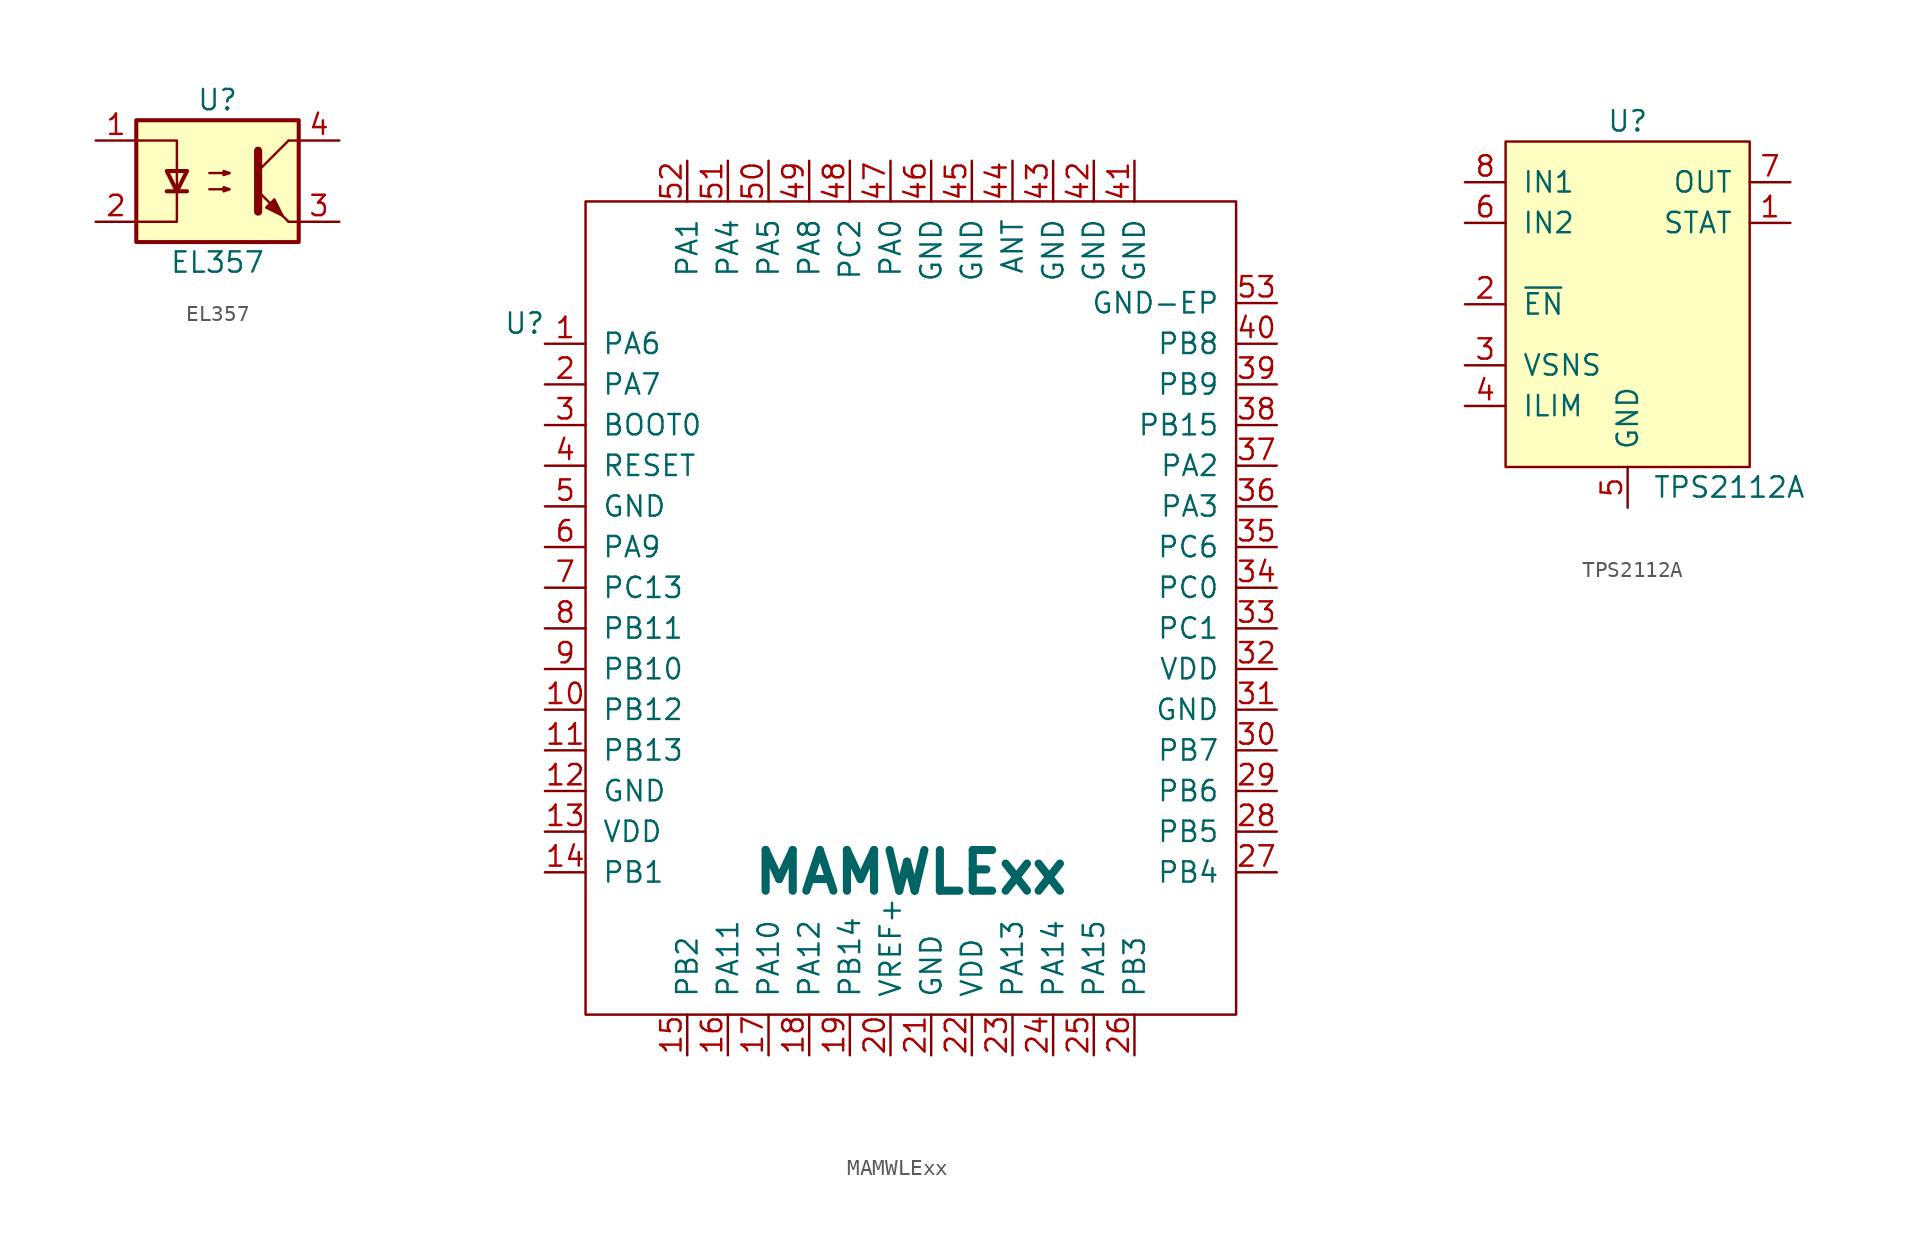
<source format=kicad_sym>
(kicad_symbol_lib
  (version 20211014)
  (generator kicad_symbol_editor)
  (symbol "EL357"
    (pin_names
      (offset 1.016))
    (property "Reference" "U"
      (at 0 5.08 0)
      (effects (font (size 1.27 1.27))))
    (property "Value" "EL357"
      (at 0 -5.08 0)
      (effects (font (size 1.27 1.27))))
    (symbol "EL357_1_1"
      (rectangle (start -5.08 3.81) (end 5.08 -3.81) (stroke (width 0.254) (type default) (color 0 0 0 0)) (fill (type background)))
      (polyline (pts (xy -3.175 -0.635) (xy -1.905 -0.635)) (stroke (width 0.254) (type default) (color 0 0 0 0)) (fill (type none)))
      (polyline (pts (xy 2.54 0.635) (xy 4.445 2.54)) (stroke (width 0) (type default) (color 0 0 0 0)) (fill (type none)))
      (polyline (pts (xy 4.445 -2.54) (xy 2.54 -0.635)) (stroke (width 0) (type default) (color 0 0 0 0)) (fill (type outline)))
      (polyline (pts (xy 4.445 -2.54) (xy 5.08 -2.54)) (stroke (width 0) (type default) (color 0 0 0 0)) (fill (type none)))
      (polyline (pts (xy 4.445 2.54) (xy 5.08 2.54)) (stroke (width 0) (type default) (color 0 0 0 0)) (fill (type none)))
      (polyline (pts (xy -5.08 2.54) (xy -2.54 2.54) (xy -2.54 -0.635)) (stroke (width 0) (type default) (color 0 0 0 0)) (fill (type none)))
      (polyline (pts (xy -2.54 -0.635) (xy -2.54 -2.54) (xy -5.08 -2.54)) (stroke (width 0) (type default) (color 0 0 0 0)) (fill (type none)))
      (polyline (pts (xy 2.54 1.905) (xy 2.54 -1.905) (xy 2.54 -1.905)) (stroke (width 0.508) (type default) (color 0 0 0 0)) (fill (type none)))
      (polyline (pts (xy -2.54 -0.635) (xy -3.175 0.635) (xy -1.905 0.635) (xy -2.54 -0.635)) (stroke (width 0.254) (type default) (color 0 0 0 0)) (fill (type none)))
      (polyline (pts (xy -0.508 -0.508) (xy 0.762 -0.508) (xy 0.381 -0.635) (xy 0.381 -0.381) (xy 0.762 -0.508)) (stroke (width 0) (type default) (color 0 0 0 0)) (fill (type none)))
      (polyline (pts (xy -0.508 0.508) (xy 0.762 0.508) (xy 0.381 0.381) (xy 0.381 0.635) (xy 0.762 0.508)) (stroke (width 0) (type default) (color 0 0 0 0)) (fill (type none)))
      (polyline (pts (xy 3.048 -1.651) (xy 3.556 -1.143) (xy 4.064 -2.159) (xy 3.048 -1.651) (xy 3.048 -1.651)) (stroke (width 0) (type default) (color 0 0 0 0)) (fill (type outline)))
      (pin passive line (at -7.62 2.54 0) (length 2.54) (name "~" (effects (font (size 1.27 1.27)))) (number "1" (effects (font (size 1.27 1.27)))))
      (pin passive line (at -7.62 -2.54 0) (length 2.54) (name "~" (effects (font (size 1.27 1.27)))) (number "2" (effects (font (size 1.27 1.27)))))
      (pin passive line (at 7.62 -2.54 180) (length 2.54) (name "~" (effects (font (size 1.27 1.27)))) (number "3" (effects (font (size 1.27 1.27)))))
      (pin passive line (at 7.62 2.54 180) (length 2.54) (name "~" (effects (font (size 1.27 1.27)))) (number "4" (effects (font (size 1.27 1.27)))))))
  (symbol "MAMWLExx"
    (pin_names
      (offset 1.016))
    (property "Reference" "U"
      (at -1.27 1.27 0)
      (effects (font (size 1.27 1.27))))
    (property "Value" "MAMWLExx"
      (at 22.86 -33.02 0)
      (effects (font (size 2.54 2.54) bold)))
    (symbol "MAMWLExx_0_0"
      (pin passive line (at 0 0 0) (length 2.54) (name "PA6" (effects (font (size 1.27 1.27)))) (number "1" (effects (font (size 1.27 1.27)))))
      (pin passive line (at 0 -22.86 0) (length 2.54) (name "PB12" (effects (font (size 1.27 1.27)))) (number "10" (effects (font (size 1.27 1.27)))))
      (pin passive line (at 0 -25.4 0) (length 2.54) (name "PB13" (effects (font (size 1.27 1.27)))) (number "11" (effects (font (size 1.27 1.27)))))
      (pin power_in line (at 0 -27.94 0) (length 2.54) (name "GND" (effects (font (size 1.27 1.27)))) (number "12" (effects (font (size 1.27 1.27)))))
      (pin power_in line (at 0 -30.48 0) (length 2.54) (name "VDD" (effects (font (size 1.27 1.27)))) (number "13" (effects (font (size 1.27 1.27)))))
      (pin passive line (at 0 -33.02 0) (length 2.54) (name "PB1" (effects (font (size 1.27 1.27)))) (number "14" (effects (font (size 1.27 1.27)))))
      (pin passive line (at 8.89 -44.45 90) (length 2.54) (name "PB2" (effects (font (size 1.27 1.27)))) (number "15" (effects (font (size 1.27 1.27)))))
      (pin passive line (at 11.43 -44.45 90) (length 2.54) (name "PA11" (effects (font (size 1.27 1.27)))) (number "16" (effects (font (size 1.27 1.27)))))
      (pin passive line (at 13.97 -44.45 90) (length 2.54) (name "PA10" (effects (font (size 1.27 1.27)))) (number "17" (effects (font (size 1.27 1.27)))))
      (pin passive line (at 16.51 -44.45 90) (length 2.54) (name "PA12" (effects (font (size 1.27 1.27)))) (number "18" (effects (font (size 1.27 1.27)))))
      (pin passive line (at 19.05 -44.45 90) (length 2.54) (name "PB14" (effects (font (size 1.27 1.27)))) (number "19" (effects (font (size 1.27 1.27)))))
      (pin passive line (at 0 -2.54 0) (length 2.54) (name "PA7" (effects (font (size 1.27 1.27)))) (number "2" (effects (font (size 1.27 1.27)))))
      (pin passive line (at 21.59 -44.45 90) (length 2.54) (name "VREF+" (effects (font (size 1.27 1.27)))) (number "20" (effects (font (size 1.27 1.27)))))
      (pin power_in line (at 24.13 -44.45 90) (length 2.54) (name "GND" (effects (font (size 1.27 1.27)))) (number "21" (effects (font (size 1.27 1.27)))))
      (pin power_in line (at 26.67 -44.45 90) (length 2.54) (name "VDD" (effects (font (size 1.27 1.27)))) (number "22" (effects (font (size 1.27 1.27)))))
      (pin passive line (at 29.21 -44.45 90) (length 2.54) (name "PA13" (effects (font (size 1.27 1.27)))) (number "23" (effects (font (size 1.27 1.27)))))
      (pin passive line (at 31.75 -44.45 90) (length 2.54) (name "PA14" (effects (font (size 1.27 1.27)))) (number "24" (effects (font (size 1.27 1.27)))))
      (pin passive line (at 34.29 -44.45 90) (length 2.54) (name "PA15" (effects (font (size 1.27 1.27)))) (number "25" (effects (font (size 1.27 1.27)))))
      (pin passive line (at 36.83 -44.45 90) (length 2.54) (name "PB3" (effects (font (size 1.27 1.27)))) (number "26" (effects (font (size 1.27 1.27)))))
      (pin passive line (at 45.72 -33.02 180) (length 2.54) (name "PB4" (effects (font (size 1.27 1.27)))) (number "27" (effects (font (size 1.27 1.27)))))
      (pin passive line (at 45.72 -30.48 180) (length 2.54) (name "PB5" (effects (font (size 1.27 1.27)))) (number "28" (effects (font (size 1.27 1.27)))))
      (pin passive line (at 45.72 -27.94 180) (length 2.54) (name "PB6" (effects (font (size 1.27 1.27)))) (number "29" (effects (font (size 1.27 1.27)))))
      (pin passive line (at 0 -5.08 0) (length 2.54) (name "BOOT0" (effects (font (size 1.27 1.27)))) (number "3" (effects (font (size 1.27 1.27)))))
      (pin passive line (at 45.72 -25.4 180) (length 2.54) (name "PB7" (effects (font (size 1.27 1.27)))) (number "30" (effects (font (size 1.27 1.27)))))
      (pin power_in line (at 45.72 -22.86 180) (length 2.54) (name "GND" (effects (font (size 1.27 1.27)))) (number "31" (effects (font (size 1.27 1.27)))))
      (pin power_in line (at 45.72 -20.32 180) (length 2.54) (name "VDD" (effects (font (size 1.27 1.27)))) (number "32" (effects (font (size 1.27 1.27)))))
      (pin passive line (at 45.72 -17.78 180) (length 2.54) (name "PC1" (effects (font (size 1.27 1.27)))) (number "33" (effects (font (size 1.27 1.27)))))
      (pin passive line (at 45.72 -15.24 180) (length 2.54) (name "PC0" (effects (font (size 1.27 1.27)))) (number "34" (effects (font (size 1.27 1.27)))))
      (pin passive line (at 45.72 -12.7 180) (length 2.54) (name "PC6" (effects (font (size 1.27 1.27)))) (number "35" (effects (font (size 1.27 1.27)))))
      (pin passive line (at 45.72 -10.16 180) (length 2.54) (name "PA3" (effects (font (size 1.27 1.27)))) (number "36" (effects (font (size 1.27 1.27)))))
      (pin passive line (at 45.72 -7.62 180) (length 2.54) (name "PA2" (effects (font (size 1.27 1.27)))) (number "37" (effects (font (size 1.27 1.27)))))
      (pin passive line (at 45.72 -5.08 180) (length 2.54) (name "PB15" (effects (font (size 1.27 1.27)))) (number "38" (effects (font (size 1.27 1.27)))))
      (pin passive line (at 45.72 -2.54 180) (length 2.54) (name "PB9" (effects (font (size 1.27 1.27)))) (number "39" (effects (font (size 1.27 1.27)))))
      (pin passive line (at 0 -7.62 0) (length 2.54) (name "RESET" (effects (font (size 1.27 1.27)))) (number "4" (effects (font (size 1.27 1.27)))))
      (pin passive line (at 45.72 0 180) (length 2.54) (name "PB8" (effects (font (size 1.27 1.27)))) (number "40" (effects (font (size 1.27 1.27)))))
      (pin power_in line (at 36.83 11.43 270) (length 2.54) (name "GND" (effects (font (size 1.27 1.27)))) (number "41" (effects (font (size 1.27 1.27)))))
      (pin power_in line (at 34.29 11.43 270) (length 2.54) (name "GND" (effects (font (size 1.27 1.27)))) (number "42" (effects (font (size 1.27 1.27)))))
      (pin power_in line (at 31.75 11.43 270) (length 2.54) (name "GND" (effects (font (size 1.27 1.27)))) (number "43" (effects (font (size 1.27 1.27)))))
      (pin passive line (at 29.21 11.43 270) (length 2.54) (name "ANT" (effects (font (size 1.27 1.27)))) (number "44" (effects (font (size 1.27 1.27)))))
      (pin power_in line (at 26.67 11.43 270) (length 2.54) (name "GND" (effects (font (size 1.27 1.27)))) (number "45" (effects (font (size 1.27 1.27)))))
      (pin power_in line (at 24.13 11.43 270) (length 2.54) (name "GND" (effects (font (size 1.27 1.27)))) (number "46" (effects (font (size 1.27 1.27)))))
      (pin passive line (at 21.59 11.43 270) (length 2.54) (name "PA0" (effects (font (size 1.27 1.27)))) (number "47" (effects (font (size 1.27 1.27)))))
      (pin passive line (at 19.05 11.43 270) (length 2.54) (name "PC2" (effects (font (size 1.27 1.27)))) (number "48" (effects (font (size 1.27 1.27)))))
      (pin passive line (at 16.51 11.43 270) (length 2.54) (name "PA8" (effects (font (size 1.27 1.27)))) (number "49" (effects (font (size 1.27 1.27)))))
      (pin power_in line (at 0 -10.16 0) (length 2.54) (name "GND" (effects (font (size 1.27 1.27)))) (number "5" (effects (font (size 1.27 1.27)))))
      (pin passive line (at 13.97 11.43 270) (length 2.54) (name "PA5" (effects (font (size 1.27 1.27)))) (number "50" (effects (font (size 1.27 1.27)))))
      (pin passive line (at 11.43 11.43 270) (length 2.54) (name "PA4" (effects (font (size 1.27 1.27)))) (number "51" (effects (font (size 1.27 1.27)))))
      (pin passive line (at 8.89 11.43 270) (length 2.54) (name "PA1" (effects (font (size 1.27 1.27)))) (number "52" (effects (font (size 1.27 1.27)))))
      (pin power_in line (at 45.72 2.54 180) (length 2.54) (name "GND-EP" (effects (font (size 1.27 1.27)))) (number "53" (effects (font (size 1.27 1.27)))))
      (pin power_in line (at 45.72 2.54 180) (length 2.54) hide (name "GND-EP" (effects (font (size 1.27 1.27)))) (number "54" (effects (font (size 1.27 1.27)))))
      (pin power_in line (at 45.72 2.54 180) (length 2.54) hide (name "GND-EP" (effects (font (size 1.27 1.27)))) (number "55" (effects (font (size 1.27 1.27)))))
      (pin power_in line (at 45.72 2.54 180) (length 2.54) hide (name "GND-EP" (effects (font (size 1.27 1.27)))) (number "56" (effects (font (size 1.27 1.27)))))
      (pin power_in line (at 45.72 2.54 180) (length 2.54) hide (name "GND-EP" (effects (font (size 1.27 1.27)))) (number "57" (effects (font (size 1.27 1.27)))))
      (pin power_in line (at 45.72 2.54 180) (length 2.54) hide (name "GND-EP" (effects (font (size 1.27 1.27)))) (number "58" (effects (font (size 1.27 1.27)))))
      (pin power_in line (at 45.72 2.54 180) (length 2.54) hide (name "GND-EP" (effects (font (size 1.27 1.27)))) (number "59" (effects (font (size 1.27 1.27)))))
      (pin passive line (at 0 -12.7 0) (length 2.54) (name "PA9" (effects (font (size 1.27 1.27)))) (number "6" (effects (font (size 1.27 1.27)))))
      (pin power_in line (at 45.72 2.54 180) (length 2.54) hide (name "GND-EP" (effects (font (size 1.27 1.27)))) (number "60" (effects (font (size 1.27 1.27)))))
      (pin power_in line (at 45.72 2.54 180) (length 2.54) hide (name "GND-EP" (effects (font (size 1.27 1.27)))) (number "61" (effects (font (size 1.27 1.27)))))
      (pin power_in line (at 45.72 2.54 180) (length 2.54) hide (name "GND-EP" (effects (font (size 1.27 1.27)))) (number "62" (effects (font (size 1.27 1.27)))))
      (pin power_in line (at 45.72 2.54 180) (length 2.54) hide (name "GND-EP" (effects (font (size 1.27 1.27)))) (number "63" (effects (font (size 1.27 1.27)))))
      (pin power_in line (at 45.72 2.54 180) (length 2.54) hide (name "GND-EP" (effects (font (size 1.27 1.27)))) (number "64" (effects (font (size 1.27 1.27)))))
      (pin power_in line (at 45.72 2.54 180) (length 2.54) hide (name "GND-EP" (effects (font (size 1.27 1.27)))) (number "65" (effects (font (size 1.27 1.27)))))
      (pin power_in line (at 45.72 2.54 180) (length 2.54) hide (name "GND-EP" (effects (font (size 1.27 1.27)))) (number "66" (effects (font (size 1.27 1.27)))))
      (pin passive line (at 0 -15.24 0) (length 2.54) (name "PC13" (effects (font (size 1.27 1.27)))) (number "7" (effects (font (size 1.27 1.27)))))
      (pin passive line (at 0 -17.78 0) (length 2.54) (name "PB11" (effects (font (size 1.27 1.27)))) (number "8" (effects (font (size 1.27 1.27)))))
      (pin passive line (at 0 -20.32 0) (length 2.54) (name "PB10" (effects (font (size 1.27 1.27)))) (number "9" (effects (font (size 1.27 1.27))))))
    (symbol "MAMWLExx_0_1"
      (rectangle (start 2.54 8.89) (end 43.18 -41.91) (stroke (width 0) (type default) (color 0 0 0 0)) (fill (type none)))))
  (symbol "TPS2112A"
    (pin_names
      (offset 1.016))
    (property "Reference" "U"
      (at 0 11.43 0)
      (effects (font (size 1.27 1.27))))
    (property "Value" "TPS2112A"
      (at 6.35 -11.43 0)
      (effects (font (size 1.27 1.27))))
    (symbol "TPS2112A_0_1"
      (rectangle (start -7.62 10.16) (end 7.62 -10.16) (stroke (width 0) (type default) (color 0 0 0 0)) (fill (type background))))
    (symbol "TPS2112A_1_1"
      (pin output line (at 10.16 5.08 180) (length 2.54) (name "STAT" (effects (font (size 1.27 1.27)))) (number "1" (effects (font (size 1.27 1.27)))))
      (pin input line (at -10.16 0 0) (length 2.54) (name "~{EN}" (effects (font (size 1.27 1.27)))) (number "2" (effects (font (size 1.27 1.27)))))
      (pin input line (at -10.16 -3.81 0) (length 2.54) (name "VSNS" (effects (font (size 1.27 1.27)))) (number "3" (effects (font (size 1.27 1.27)))))
      (pin input line (at -10.16 -6.35 0) (length 2.54) (name "ILIM" (effects (font (size 1.27 1.27)))) (number "4" (effects (font (size 1.27 1.27)))))
      (pin power_out line (at 0 -12.7 90) (length 2.54) (name "GND" (effects (font (size 1.27 1.27)))) (number "5" (effects (font (size 1.27 1.27)))))
      (pin power_in line (at -10.16 5.08 0) (length 2.54) (name "IN2" (effects (font (size 1.27 1.27)))) (number "6" (effects (font (size 1.27 1.27)))))
      (pin power_out line (at 10.16 7.62 180) (length 2.54) (name "OUT" (effects (font (size 1.27 1.27)))) (number "7" (effects (font (size 1.27 1.27)))))
      (pin power_in line (at -10.16 7.62 0) (length 2.54) (name "IN1" (effects (font (size 1.27 1.27)))) (number "8" (effects (font (size 1.27 1.27))))))))
</source>
